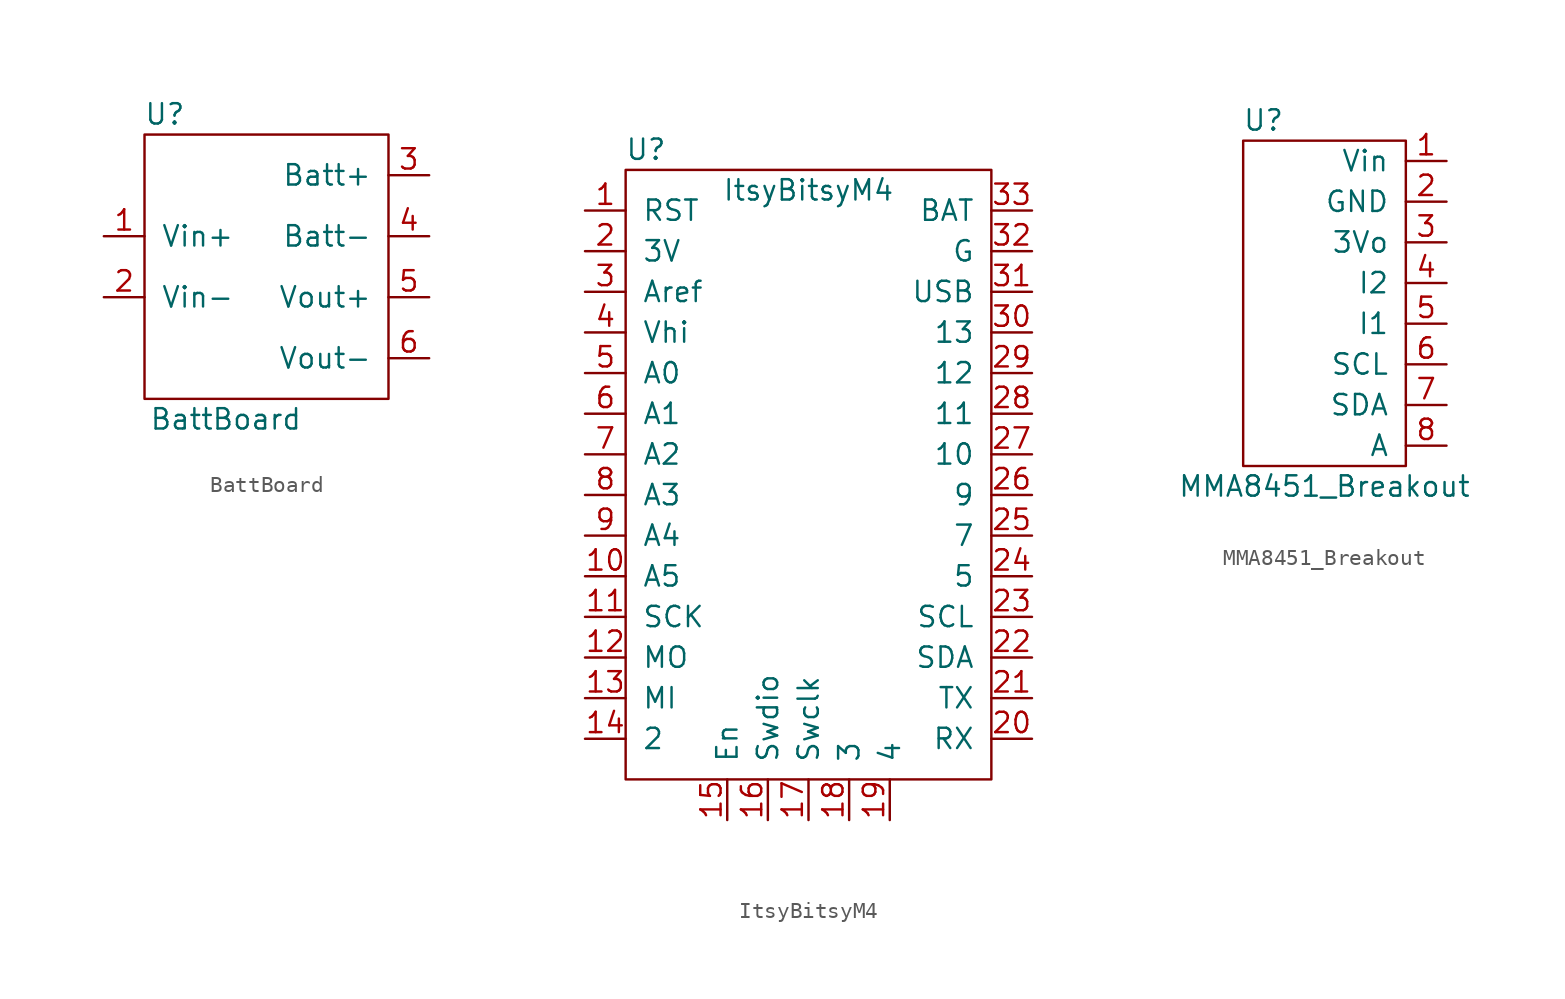
<source format=kicad_sym>
(kicad_symbol_lib
  (version 20211014)
  (generator kicad_symbol_editor)
  (symbol "BattBoard"
    (pin_names
      (offset 1.016))
    (property "Reference" "U"
      (at -6.35 1.27 0)
      (effects (font (size 1.27 1.27))))
    (property "Value" "BattBoard"
      (at -2.54 -17.78 0)
      (effects (font (size 1.27 1.27))))
    (symbol "BattBoard_0_1"
      (rectangle (start 7.62 0) (end -7.62 -16.51) (stroke (width 0) (type default) (color 0 0 0 0)) (fill (type none))))
    (symbol "BattBoard_1_1"
      (pin input line (at -10.16 -6.35 0) (length 2.54) (name "Vin+" (effects (font (size 1.27 1.27)))) (number "1" (effects (font (size 1.27 1.27)))))
      (pin input line (at -10.16 -10.16 0) (length 2.54) (name "Vin-" (effects (font (size 1.27 1.27)))) (number "2" (effects (font (size 1.27 1.27)))))
      (pin input line (at 10.16 -2.54 180) (length 2.54) (name "Batt+" (effects (font (size 1.27 1.27)))) (number "3" (effects (font (size 1.27 1.27)))))
      (pin input line (at 10.16 -6.35 180) (length 2.54) (name "Batt-" (effects (font (size 1.27 1.27)))) (number "4" (effects (font (size 1.27 1.27)))))
      (pin input line (at 10.16 -10.16 180) (length 2.54) (name "Vout+" (effects (font (size 1.27 1.27)))) (number "5" (effects (font (size 1.27 1.27)))))
      (pin input line (at 10.16 -13.97 180) (length 2.54) (name "Vout-" (effects (font (size 1.27 1.27)))) (number "6" (effects (font (size 1.27 1.27)))))))
  (symbol "ItsyBitsyM4"
    (pin_names
      (offset 1.016))
    (property "Reference" "U"
      (at -10.16 8.89 0)
      (effects (font (size 1.27 1.27))))
    (property "Value" "ItsyBitsyM4"
      (at 0 6.35 0)
      (effects (font (size 1.27 1.27))))
    (symbol "ItsyBitsyM4_0_1"
      (rectangle (start -11.43 7.62) (end 11.43 -30.48) (stroke (width 0) (type default) (color 0 0 0 0)) (fill (type none))))
    (symbol "ItsyBitsyM4_1_1"
      (pin passive line (at -13.97 5.08 0) (length 2.54) (name "RST" (effects (font (size 1.27 1.27)))) (number "1" (effects (font (size 1.27 1.27)))))
      (pin passive line (at -13.97 -17.78 0) (length 2.54) (name "A5" (effects (font (size 1.27 1.27)))) (number "10" (effects (font (size 1.27 1.27)))))
      (pin passive line (at -13.97 -20.32 0) (length 2.54) (name "SCK" (effects (font (size 1.27 1.27)))) (number "11" (effects (font (size 1.27 1.27)))))
      (pin passive line (at -13.97 -22.86 0) (length 2.54) (name "MO" (effects (font (size 1.27 1.27)))) (number "12" (effects (font (size 1.27 1.27)))))
      (pin passive line (at -13.97 -25.4 0) (length 2.54) (name "MI" (effects (font (size 1.27 1.27)))) (number "13" (effects (font (size 1.27 1.27)))))
      (pin passive line (at -13.97 -27.94 0) (length 2.54) (name "2" (effects (font (size 1.27 1.27)))) (number "14" (effects (font (size 1.27 1.27)))))
      (pin passive line (at -5.08 -33.02 90) (length 2.54) (name "En" (effects (font (size 1.27 1.27)))) (number "15" (effects (font (size 1.27 1.27)))))
      (pin passive line (at -2.54 -33.02 90) (length 2.54) (name "Swdio" (effects (font (size 1.27 1.27)))) (number "16" (effects (font (size 1.27 1.27)))))
      (pin passive line (at 0 -33.02 90) (length 2.54) (name "Swclk" (effects (font (size 1.27 1.27)))) (number "17" (effects (font (size 1.27 1.27)))))
      (pin passive line (at 2.54 -33.02 90) (length 2.54) (name "3" (effects (font (size 1.27 1.27)))) (number "18" (effects (font (size 1.27 1.27)))))
      (pin passive line (at 5.08 -33.02 90) (length 2.54) (name "4" (effects (font (size 1.27 1.27)))) (number "19" (effects (font (size 1.27 1.27)))))
      (pin passive line (at -13.97 2.54 0) (length 2.54) (name "3V" (effects (font (size 1.27 1.27)))) (number "2" (effects (font (size 1.27 1.27)))))
      (pin passive line (at 13.97 -27.94 180) (length 2.54) (name "RX" (effects (font (size 1.27 1.27)))) (number "20" (effects (font (size 1.27 1.27)))))
      (pin passive line (at 13.97 -25.4 180) (length 2.54) (name "TX" (effects (font (size 1.27 1.27)))) (number "21" (effects (font (size 1.27 1.27)))))
      (pin passive line (at 13.97 -22.86 180) (length 2.54) (name "SDA" (effects (font (size 1.27 1.27)))) (number "22" (effects (font (size 1.27 1.27)))))
      (pin passive line (at 13.97 -20.32 180) (length 2.54) (name "SCL" (effects (font (size 1.27 1.27)))) (number "23" (effects (font (size 1.27 1.27)))))
      (pin passive line (at 13.97 -17.78 180) (length 2.54) (name "5" (effects (font (size 1.27 1.27)))) (number "24" (effects (font (size 1.27 1.27)))))
      (pin passive line (at 13.97 -15.24 180) (length 2.54) (name "7" (effects (font (size 1.27 1.27)))) (number "25" (effects (font (size 1.27 1.27)))))
      (pin passive line (at 13.97 -12.7 180) (length 2.54) (name "9" (effects (font (size 1.27 1.27)))) (number "26" (effects (font (size 1.27 1.27)))))
      (pin passive line (at 13.97 -10.16 180) (length 2.54) (name "10" (effects (font (size 1.27 1.27)))) (number "27" (effects (font (size 1.27 1.27)))))
      (pin passive line (at 13.97 -7.62 180) (length 2.54) (name "11" (effects (font (size 1.27 1.27)))) (number "28" (effects (font (size 1.27 1.27)))))
      (pin passive line (at 13.97 -5.08 180) (length 2.54) (name "12" (effects (font (size 1.27 1.27)))) (number "29" (effects (font (size 1.27 1.27)))))
      (pin passive line (at -13.97 0 0) (length 2.54) (name "Aref" (effects (font (size 1.27 1.27)))) (number "3" (effects (font (size 1.27 1.27)))))
      (pin passive line (at 13.97 -2.54 180) (length 2.54) (name "13" (effects (font (size 1.27 1.27)))) (number "30" (effects (font (size 1.27 1.27)))))
      (pin passive line (at 13.97 0 180) (length 2.54) (name "USB" (effects (font (size 1.27 1.27)))) (number "31" (effects (font (size 1.27 1.27)))))
      (pin passive line (at 13.97 2.54 180) (length 2.54) (name "G" (effects (font (size 1.27 1.27)))) (number "32" (effects (font (size 1.27 1.27)))))
      (pin passive line (at 13.97 5.08 180) (length 2.54) (name "BAT" (effects (font (size 1.27 1.27)))) (number "33" (effects (font (size 1.27 1.27)))))
      (pin passive line (at -13.97 -2.54 0) (length 2.54) (name "Vhi" (effects (font (size 1.27 1.27)))) (number "4" (effects (font (size 1.27 1.27)))))
      (pin passive line (at -13.97 -5.08 0) (length 2.54) (name "A0" (effects (font (size 1.27 1.27)))) (number "5" (effects (font (size 1.27 1.27)))))
      (pin passive line (at -13.97 -7.62 0) (length 2.54) (name "A1" (effects (font (size 1.27 1.27)))) (number "6" (effects (font (size 1.27 1.27)))))
      (pin passive line (at -13.97 -10.16 0) (length 2.54) (name "A2" (effects (font (size 1.27 1.27)))) (number "7" (effects (font (size 1.27 1.27)))))
      (pin passive line (at -13.97 -12.7 0) (length 2.54) (name "A3" (effects (font (size 1.27 1.27)))) (number "8" (effects (font (size 1.27 1.27)))))
      (pin passive line (at -13.97 -15.24 0) (length 2.54) (name "A4" (effects (font (size 1.27 1.27)))) (number "9" (effects (font (size 1.27 1.27)))))))
  (symbol "MMA8451_Breakout"
    (pin_names
      (offset 1.016))
    (property "Reference" "U"
      (at -11.43 -1.27 0)
      (effects (font (size 1.27 1.27))))
    (property "Value" "MMA8451_Breakout"
      (at -7.62 -24.13 0)
      (effects (font (size 1.27 1.27))))
    (symbol "MMA8451_Breakout_0_1"
      (rectangle (start -2.54 -2.54) (end -12.7 -22.86) (stroke (width 0) (type default) (color 0 0 0 0)) (fill (type none))))
    (symbol "MMA8451_Breakout_1_1"
      (pin input line (at 0 -3.81 180) (length 2.54) (name "Vin" (effects (font (size 1.27 1.27)))) (number "1" (effects (font (size 1.27 1.27)))))
      (pin input line (at 0 -6.35 180) (length 2.54) (name "GND" (effects (font (size 1.27 1.27)))) (number "2" (effects (font (size 1.27 1.27)))))
      (pin input line (at 0 -8.89 180) (length 2.54) (name "3Vo" (effects (font (size 1.27 1.27)))) (number "3" (effects (font (size 1.27 1.27)))))
      (pin input line (at 0 -11.43 180) (length 2.54) (name "I2" (effects (font (size 1.27 1.27)))) (number "4" (effects (font (size 1.27 1.27)))))
      (pin input line (at 0 -13.97 180) (length 2.54) (name "I1" (effects (font (size 1.27 1.27)))) (number "5" (effects (font (size 1.27 1.27)))))
      (pin input line (at 0 -16.51 180) (length 2.54) (name "SCL" (effects (font (size 1.27 1.27)))) (number "6" (effects (font (size 1.27 1.27)))))
      (pin input line (at 0 -19.05 180) (length 2.54) (name "SDA" (effects (font (size 1.27 1.27)))) (number "7" (effects (font (size 1.27 1.27)))))
      (pin input line (at 0 -21.59 180) (length 2.54) (name "A" (effects (font (size 1.27 1.27)))) (number "8" (effects (font (size 1.27 1.27))))))))
</source>
